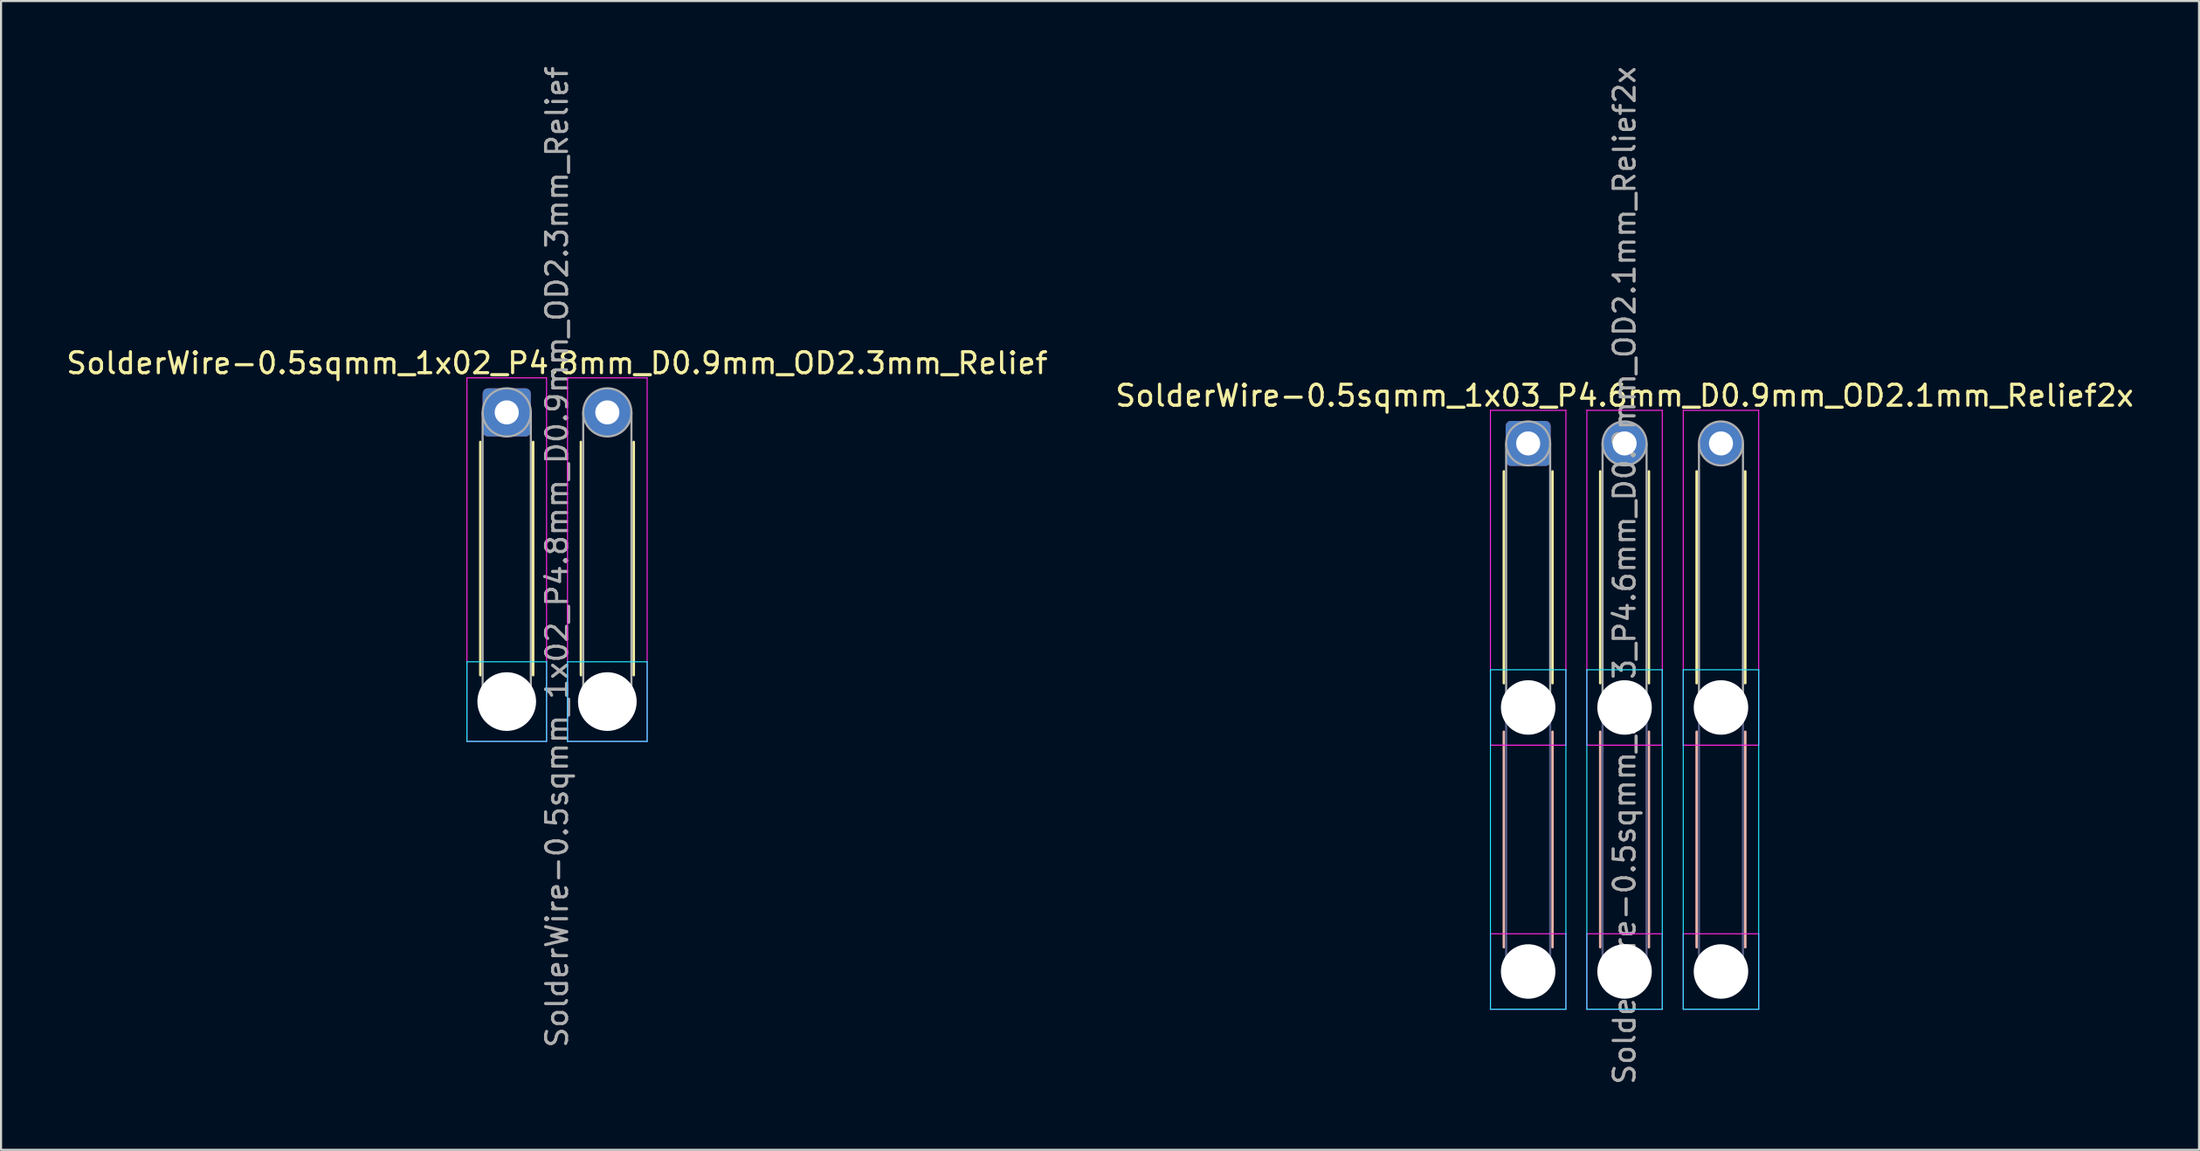
<source format=kicad_pcb>
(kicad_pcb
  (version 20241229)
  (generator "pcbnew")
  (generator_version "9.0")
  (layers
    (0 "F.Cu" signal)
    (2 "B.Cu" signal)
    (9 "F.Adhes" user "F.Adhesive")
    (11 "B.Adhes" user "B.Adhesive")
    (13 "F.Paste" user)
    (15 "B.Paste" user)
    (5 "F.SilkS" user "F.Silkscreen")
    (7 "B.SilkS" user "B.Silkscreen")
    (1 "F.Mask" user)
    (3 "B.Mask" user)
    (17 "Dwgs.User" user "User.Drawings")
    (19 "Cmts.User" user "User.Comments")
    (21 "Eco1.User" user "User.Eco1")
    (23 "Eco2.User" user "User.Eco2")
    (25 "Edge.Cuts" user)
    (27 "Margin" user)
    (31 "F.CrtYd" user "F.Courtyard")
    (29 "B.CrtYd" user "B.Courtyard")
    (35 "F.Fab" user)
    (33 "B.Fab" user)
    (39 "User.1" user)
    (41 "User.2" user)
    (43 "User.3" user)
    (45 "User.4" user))
  (footprint "SolderWire-0.5sqmm_1x02_P4.8mm_D0.9mm_OD2.3mm_Relief"
    (layer "F.Cu")
    (at 21.13 16.63)
    (property "Reference" "SolderWire-0.5sqmm_1x02_P4.8mm_D0.9mm_OD2.3mm_Relief" (at 2.4 -2.35 0) (layer "F.SilkS") (effects (font (size 1 1) (thickness 0.15))))
    (attr exclude_from_pos_files exclude_from_bom)
    (fp_line (start -1.26 1.41) (end -1.26 12.54) (stroke (width 0.12) (type solid)) (layer "F.SilkS"))
    (fp_line (start 1.26 1.41) (end 1.26 12.54) (stroke (width 0.12) (type solid)) (layer "F.SilkS"))
    (fp_line (start 3.54 1.41) (end 3.54 12.54) (stroke (width 0.12) (type solid)) (layer "F.SilkS"))
    (fp_line (start 6.06 1.41) (end 6.06 12.54) (stroke (width 0.12) (type solid)) (layer "F.SilkS"))
    (fp_line (start -1.9 11.9) (end -1.9 15.7) (stroke (width 0.05) (type solid)) (layer "B.CrtYd"))
    (fp_line (start -1.9 15.7) (end 1.9 15.7) (stroke (width 0.05) (type solid)) (layer "B.CrtYd"))
    (fp_line (start 1.9 11.9) (end -1.9 11.9) (stroke (width 0.05) (type solid)) (layer "B.CrtYd"))
    (fp_line (start 1.9 15.7) (end 1.9 11.9) (stroke (width 0.05) (type solid)) (layer "B.CrtYd"))
    (fp_line (start 2.9 11.9) (end 2.9 15.7) (stroke (width 0.05) (type solid)) (layer "B.CrtYd"))
    (fp_line (start 2.9 15.7) (end 6.7 15.7) (stroke (width 0.05) (type solid)) (layer "B.CrtYd"))
    (fp_line (start 6.7 11.9) (end 2.9 11.9) (stroke (width 0.05) (type solid)) (layer "B.CrtYd"))
    (fp_line (start 6.7 15.7) (end 6.7 11.9) (stroke (width 0.05) (type solid)) (layer "B.CrtYd"))
    (fp_line (start -1.9 -1.65) (end -1.9 15.7) (stroke (width 0.05) (type solid)) (layer "F.CrtYd"))
    (fp_line (start -1.9 15.7) (end 1.9 15.7) (stroke (width 0.05) (type solid)) (layer "F.CrtYd"))
    (fp_line (start 1.9 -1.65) (end -1.9 -1.65) (stroke (width 0.05) (type solid)) (layer "F.CrtYd"))
    (fp_line (start 1.9 15.7) (end 1.9 -1.65) (stroke (width 0.05) (type solid)) (layer "F.CrtYd"))
    (fp_line (start 2.9 -1.65) (end 2.9 15.7) (stroke (width 0.05) (type solid)) (layer "F.CrtYd"))
    (fp_line (start 2.9 15.7) (end 6.7 15.7) (stroke (width 0.05) (type solid)) (layer "F.CrtYd"))
    (fp_line (start 6.7 -1.65) (end 2.9 -1.65) (stroke (width 0.05) (type solid)) (layer "F.CrtYd"))
    (fp_line (start 6.7 15.7) (end 6.7 -1.65) (stroke (width 0.05) (type solid)) (layer "F.CrtYd"))
    (fp_line (start -1.15 0) (end -1.15 13.8) (stroke (width 0.1) (type solid)) (layer "F.Fab"))
    (fp_line (start 1.15 0) (end 1.15 13.8) (stroke (width 0.1) (type solid)) (layer "F.Fab"))
    (fp_line (start 3.65 0) (end 3.65 13.8) (stroke (width 0.1) (type solid)) (layer "F.Fab"))
    (fp_line (start 5.95 0) (end 5.95 13.8) (stroke (width 0.1) (type solid)) (layer "F.Fab"))
    (fp_circle (center 0 0) (end 1.15 0) (stroke (width 0.1) (type solid)) (fill no) (layer "F.Fab"))
    (fp_circle (center 0 13.8) (end 1.15 13.8) (stroke (width 0.1) (type solid)) (fill no) (layer "F.Fab"))
    (fp_circle (center 4.8 0) (end 5.95 0) (stroke (width 0.1) (type solid)) (fill no) (layer "F.Fab"))
    (fp_circle (center 4.8 13.8) (end 5.95 13.8) (stroke (width 0.1) (type solid)) (fill no) (layer "F.Fab"))
    (fp_text user "${REFERENCE}" (at 2.4 6.9 90) (layer "F.Fab") (effects (font (size 1 1) (thickness 0.15))))
    (pad "" np_thru_hole circle (at 0 13.8) (size 2.8 2.8) (drill 2.8) (layers "*.Cu" "*.Mask"))
    (pad "" np_thru_hole circle (at 4.8 13.8) (size 2.8 2.8) (drill 2.8) (layers "*.Cu" "*.Mask"))
    (pad "1" thru_hole roundrect (at 0 0) (size 2.3 2.3) (drill 1.15) (layers "*.Cu" "*.Mask") (roundrect_rratio 0.109))
    (pad "2" thru_hole circle (at 4.8 0) (size 2.3 2.3) (drill 1.15) (layers "*.Cu" "*.Mask")))
  (footprint "SolderWire-0.5sqmm_1x03_P4.6mm_D0.9mm_OD2.1mm_Relief2x"
    (layer "F.Cu")
    (at 69.87 18.111)
    (property "Reference" "SolderWire-0.5sqmm_1x03_P4.6mm_D0.9mm_OD2.1mm_Relief2x" (at 4.6 -2.28 0) (layer "F.SilkS") (effects (font (size 1 1) (thickness 0.15))))
    (attr exclude_from_pos_files exclude_from_bom)
    (fp_line (start -1.16 1.335) (end -1.16 11.44) (stroke (width 0.12) (type solid)) (layer "F.SilkS"))
    (fp_line (start 1.16 1.335) (end 1.16 11.44) (stroke (width 0.12) (type solid)) (layer "F.SilkS"))
    (fp_line (start 3.44 1.335) (end 3.44 11.44) (stroke (width 0.12) (type solid)) (layer "F.SilkS"))
    (fp_line (start 5.76 1.335) (end 5.76 11.44) (stroke (width 0.12) (type solid)) (layer "F.SilkS"))
    (fp_line (start 8.04 1.335) (end 8.04 11.44) (stroke (width 0.12) (type solid)) (layer "F.SilkS"))
    (fp_line (start 10.36 1.335) (end 10.36 11.44) (stroke (width 0.12) (type solid)) (layer "F.SilkS"))
    (fp_line (start -1.16 13.76) (end -1.16 24.04) (stroke (width 0.12) (type solid)) (layer "B.SilkS"))
    (fp_line (start 1.16 13.76) (end 1.16 24.04) (stroke (width 0.12) (type solid)) (layer "B.SilkS"))
    (fp_line (start 3.44 13.76) (end 3.44 24.04) (stroke (width 0.12) (type solid)) (layer "B.SilkS"))
    (fp_line (start 5.76 13.76) (end 5.76 24.04) (stroke (width 0.12) (type solid)) (layer "B.SilkS"))
    (fp_line (start 8.04 13.76) (end 8.04 24.04) (stroke (width 0.12) (type solid)) (layer "B.SilkS"))
    (fp_line (start 10.36 13.76) (end 10.36 24.04) (stroke (width 0.12) (type solid)) (layer "B.SilkS"))
    (fp_line (start -1.8 10.8) (end -1.8 27) (stroke (width 0.05) (type solid)) (layer "B.CrtYd"))
    (fp_line (start -1.8 27) (end 1.8 27) (stroke (width 0.05) (type solid)) (layer "B.CrtYd"))
    (fp_line (start 1.8 10.8) (end -1.8 10.8) (stroke (width 0.05) (type solid)) (layer "B.CrtYd"))
    (fp_line (start 1.8 27) (end 1.8 10.8) (stroke (width 0.05) (type solid)) (layer "B.CrtYd"))
    (fp_line (start 2.8 10.8) (end 2.8 27) (stroke (width 0.05) (type solid)) (layer "B.CrtYd"))
    (fp_line (start 2.8 27) (end 6.4 27) (stroke (width 0.05) (type solid)) (layer "B.CrtYd"))
    (fp_line (start 6.4 10.8) (end 2.8 10.8) (stroke (width 0.05) (type solid)) (layer "B.CrtYd"))
    (fp_line (start 6.4 27) (end 6.4 10.8) (stroke (width 0.05) (type solid)) (layer "B.CrtYd"))
    (fp_line (start 7.4 10.8) (end 7.4 27) (stroke (width 0.05) (type solid)) (layer "B.CrtYd"))
    (fp_line (start 7.4 27) (end 11 27) (stroke (width 0.05) (type solid)) (layer "B.CrtYd"))
    (fp_line (start 11 10.8) (end 7.4 10.8) (stroke (width 0.05) (type solid)) (layer "B.CrtYd"))
    (fp_line (start 11 27) (end 11 10.8) (stroke (width 0.05) (type solid)) (layer "B.CrtYd"))
    (fp_line (start -1.8 -1.58) (end -1.8 14.4) (stroke (width 0.05) (type solid)) (layer "F.CrtYd"))
    (fp_line (start -1.8 14.4) (end 1.8 14.4) (stroke (width 0.05) (type solid)) (layer "F.CrtYd"))
    (fp_line (start -1.8 23.4) (end -1.8 27) (stroke (width 0.05) (type solid)) (layer "F.CrtYd"))
    (fp_line (start -1.8 27) (end 1.8 27) (stroke (width 0.05) (type solid)) (layer "F.CrtYd"))
    (fp_line (start 1.8 -1.58) (end -1.8 -1.58) (stroke (width 0.05) (type solid)) (layer "F.CrtYd"))
    (fp_line (start 1.8 14.4) (end 1.8 -1.58) (stroke (width 0.05) (type solid)) (layer "F.CrtYd"))
    (fp_line (start 1.8 23.4) (end -1.8 23.4) (stroke (width 0.05) (type solid)) (layer "F.CrtYd"))
    (fp_line (start 1.8 27) (end 1.8 23.4) (stroke (width 0.05) (type solid)) (layer "F.CrtYd"))
    (fp_line (start 2.8 -1.58) (end 2.8 14.4) (stroke (width 0.05) (type solid)) (layer "F.CrtYd"))
    (fp_line (start 2.8 14.4) (end 6.4 14.4) (stroke (width 0.05) (type solid)) (layer "F.CrtYd"))
    (fp_line (start 2.8 23.4) (end 2.8 27) (stroke (width 0.05) (type solid)) (layer "F.CrtYd"))
    (fp_line (start 2.8 27) (end 6.4 27) (stroke (width 0.05) (type solid)) (layer "F.CrtYd"))
    (fp_line (start 6.4 -1.58) (end 2.8 -1.58) (stroke (width 0.05) (type solid)) (layer "F.CrtYd"))
    (fp_line (start 6.4 14.4) (end 6.4 -1.58) (stroke (width 0.05) (type solid)) (layer "F.CrtYd"))
    (fp_line (start 6.4 23.4) (end 2.8 23.4) (stroke (width 0.05) (type solid)) (layer "F.CrtYd"))
    (fp_line (start 6.4 27) (end 6.4 23.4) (stroke (width 0.05) (type solid)) (layer "F.CrtYd"))
    (fp_line (start 7.4 -1.58) (end 7.4 14.4) (stroke (width 0.05) (type solid)) (layer "F.CrtYd"))
    (fp_line (start 7.4 14.4) (end 11 14.4) (stroke (width 0.05) (type solid)) (layer "F.CrtYd"))
    (fp_line (start 7.4 23.4) (end 7.4 27) (stroke (width 0.05) (type solid)) (layer "F.CrtYd"))
    (fp_line (start 7.4 27) (end 11 27) (stroke (width 0.05) (type solid)) (layer "F.CrtYd"))
    (fp_line (start 11 -1.58) (end 7.4 -1.58) (stroke (width 0.05) (type solid)) (layer "F.CrtYd"))
    (fp_line (start 11 14.4) (end 11 -1.58) (stroke (width 0.05) (type solid)) (layer "F.CrtYd"))
    (fp_line (start 11 23.4) (end 7.4 23.4) (stroke (width 0.05) (type solid)) (layer "F.CrtYd"))
    (fp_line (start 11 27) (end 11 23.4) (stroke (width 0.05) (type solid)) (layer "F.CrtYd"))
    (fp_line (start -1.05 12.6) (end -1.05 25.2) (stroke (width 0.1) (type solid)) (layer "B.Fab"))
    (fp_line (start 1.05 12.6) (end 1.05 25.2) (stroke (width 0.1) (type solid)) (layer "B.Fab"))
    (fp_line (start 3.55 12.6) (end 3.55 25.2) (stroke (width 0.1) (type solid)) (layer "B.Fab"))
    (fp_line (start 5.65 12.6) (end 5.65 25.2) (stroke (width 0.1) (type solid)) (layer "B.Fab"))
    (fp_line (start 8.15 12.6) (end 8.15 25.2) (stroke (width 0.1) (type solid)) (layer "B.Fab"))
    (fp_line (start 10.25 12.6) (end 10.25 25.2) (stroke (width 0.1) (type solid)) (layer "B.Fab"))
    (fp_circle (center 0 12.6) (end 1.05 12.6) (stroke (width 0.1) (type solid)) (fill no) (layer "B.Fab"))
    (fp_circle (center 0 25.2) (end 1.05 25.2) (stroke (width 0.1) (type solid)) (fill no) (layer "B.Fab"))
    (fp_circle (center 4.6 12.6) (end 5.65 12.6) (stroke (width 0.1) (type solid)) (fill no) (layer "B.Fab"))
    (fp_circle (center 4.6 25.2) (end 5.65 25.2) (stroke (width 0.1) (type solid)) (fill no) (layer "B.Fab"))
    (fp_circle (center 9.2 12.6) (end 10.25 12.6) (stroke (width 0.1) (type solid)) (fill no) (layer "B.Fab"))
    (fp_circle (center 9.2 25.2) (end 10.25 25.2) (stroke (width 0.1) (type solid)) (fill no) (layer "B.Fab"))
    (fp_line (start -1.05 0) (end -1.05 12.6) (stroke (width 0.1) (type solid)) (layer "F.Fab"))
    (fp_line (start 1.05 0) (end 1.05 12.6) (stroke (width 0.1) (type solid)) (layer "F.Fab"))
    (fp_line (start 3.55 0) (end 3.55 12.6) (stroke (width 0.1) (type solid)) (layer "F.Fab"))
    (fp_line (start 5.65 0) (end 5.65 12.6) (stroke (width 0.1) (type solid)) (layer "F.Fab"))
    (fp_line (start 8.15 0) (end 8.15 12.6) (stroke (width 0.1) (type solid)) (layer "F.Fab"))
    (fp_line (start 10.25 0) (end 10.25 12.6) (stroke (width 0.1) (type solid)) (layer "F.Fab"))
    (fp_circle (center 0 0) (end 1.05 0) (stroke (width 0.1) (type solid)) (fill no) (layer "F.Fab"))
    (fp_circle (center 0 12.6) (end 1.05 12.6) (stroke (width 0.1) (type solid)) (fill no) (layer "F.Fab"))
    (fp_circle (center 0 25.2) (end 1.05 25.2) (stroke (width 0.1) (type solid)) (fill no) (layer "F.Fab"))
    (fp_circle (center 4.6 0) (end 5.65 0) (stroke (width 0.1) (type solid)) (fill no) (layer "F.Fab"))
    (fp_circle (center 4.6 12.6) (end 5.65 12.6) (stroke (width 0.1) (type solid)) (fill no) (layer "F.Fab"))
    (fp_circle (center 4.6 25.2) (end 5.65 25.2) (stroke (width 0.1) (type solid)) (fill no) (layer "F.Fab"))
    (fp_circle (center 9.2 0) (end 10.25 0) (stroke (width 0.1) (type solid)) (fill no) (layer "F.Fab"))
    (fp_circle (center 9.2 12.6) (end 10.25 12.6) (stroke (width 0.1) (type solid)) (fill no) (layer "F.Fab"))
    (fp_circle (center 9.2 25.2) (end 10.25 25.2) (stroke (width 0.1) (type solid)) (fill no) (layer "F.Fab"))
    (fp_text user "${REFERENCE}" (at 4.6 6.3 90) (layer "F.Fab") (effects (font (size 1 1) (thickness 0.15))))
    (pad "" np_thru_hole circle (at 0 12.6) (size 2.6 2.6) (drill 2.6) (layers "*.Cu" "*.Mask"))
    (pad "" np_thru_hole circle (at 0 25.2) (size 2.6 2.6) (drill 2.6) (layers "*.Cu" "*.Mask"))
    (pad "" np_thru_hole circle (at 4.6 12.6) (size 2.6 2.6) (drill 2.6) (layers "*.Cu" "*.Mask"))
    (pad "" np_thru_hole circle (at 4.6 25.2) (size 2.6 2.6) (drill 2.6) (layers "*.Cu" "*.Mask"))
    (pad "" np_thru_hole circle (at 9.2 12.6) (size 2.6 2.6) (drill 2.6) (layers "*.Cu" "*.Mask"))
    (pad "" np_thru_hole circle (at 9.2 25.2) (size 2.6 2.6) (drill 2.6) (layers "*.Cu" "*.Mask"))
    (pad "1" thru_hole roundrect (at 0 0) (size 2.15 2.15) (drill 1.15) (layers "*.Cu" "*.Mask") (roundrect_rratio 0.116))
    (pad "2" thru_hole circle (at 4.6 0) (size 2.15 2.15) (drill 1.15) (layers "*.Cu" "*.Mask"))
    (pad "3" thru_hole circle (at 9.2 0) (size 2.15 2.15) (drill 1.15) (layers "*.Cu" "*.Mask")))
  (gr_rect
    (start -3 -3)
    (end 101.881 51.821)
    (stroke (width 0.1) (type default))
    (fill no)
    (layer "Edge.Cuts")))
</source>
